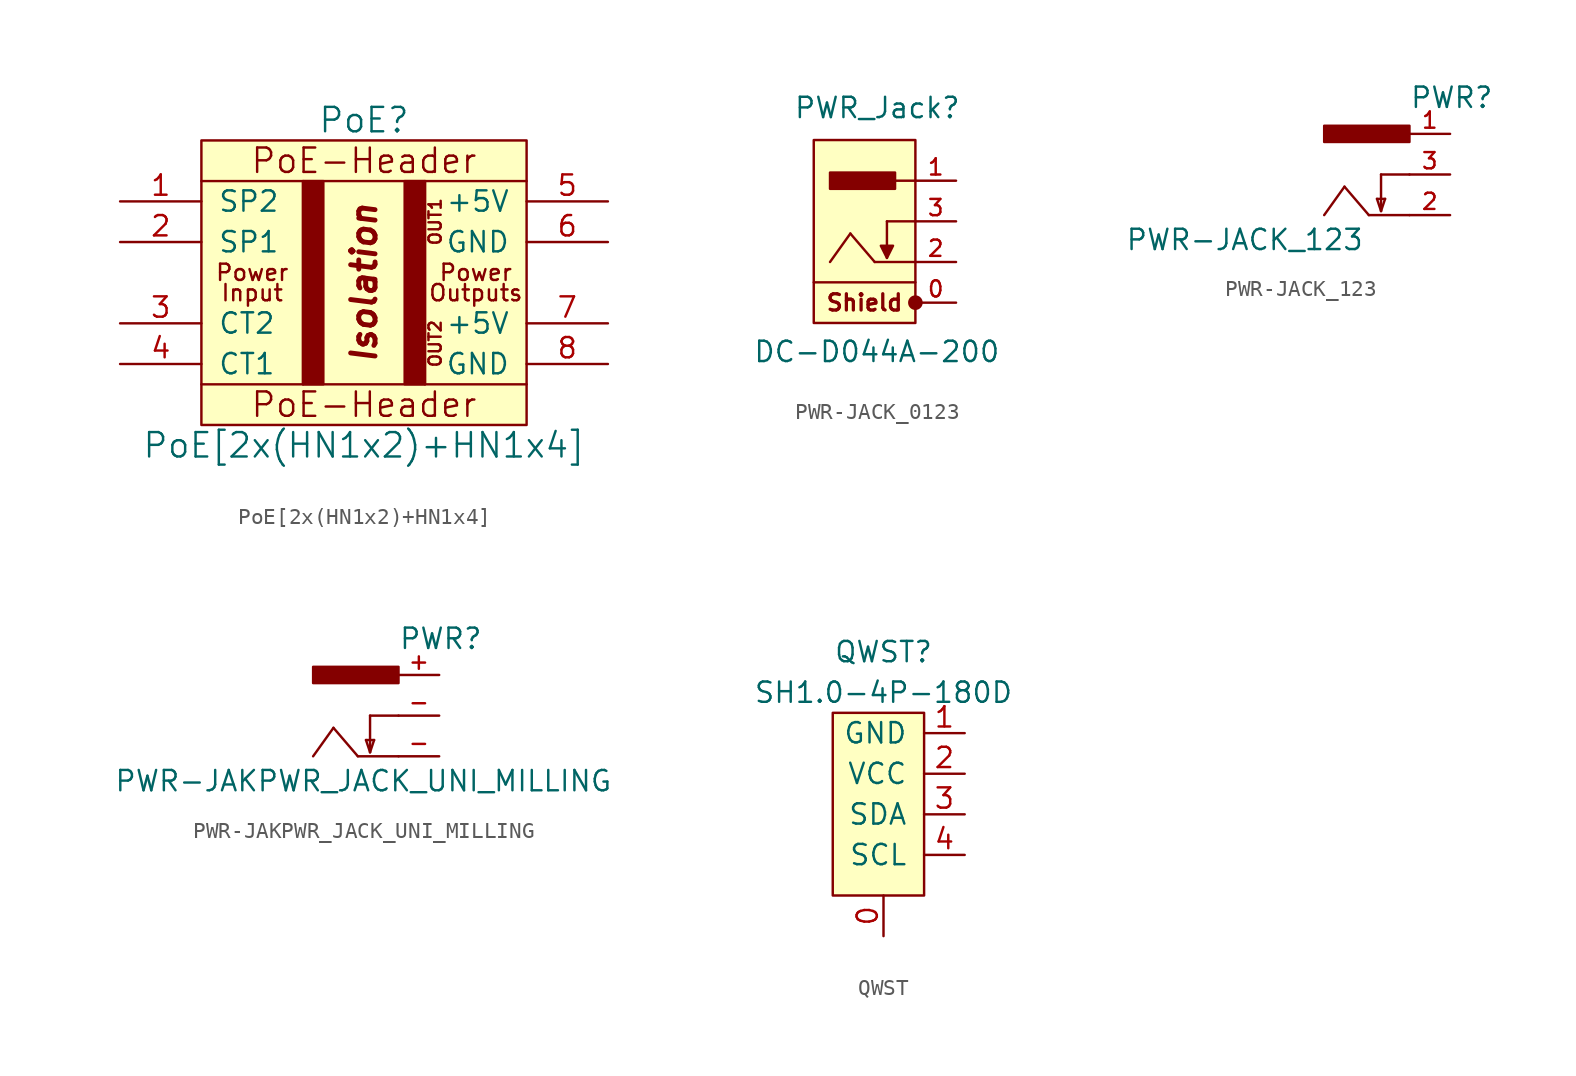
<source format=kicad_sym>
(kicad_symbol_lib
  (version 20220914)
  (generator kicad_symbol_editor)
  (symbol "PoE[2x(HN1x2)+HN1x4]"
    (pin_names
      (offset 1.016))
    (property "Reference" "PoE"
      (at 0 10.16 0)
      (effects (font (size 1.524 1.524))))
    (property "Value" "PoE[2x(HN1x2)+HN1x4]"
      (at 0 -10.16 0)
      (effects (font (size 1.524 1.524))))
    (symbol "PoE[2x(HN1x2)+HN1x4]_0_0"
      (polyline (pts (xy -10.16 -6.35) (xy 10.16 -6.35)) (stroke (width 0) (type solid)) (fill (type none)))
      (polyline (pts (xy -10.16 6.35) (xy 10.16 6.35)) (stroke (width 0) (type solid)) (fill (type none)))
      (polyline (pts (xy -3.81 6.35) (xy -3.81 -6.35)) (stroke (width 0) (type solid)) (fill (type outline)))
      (polyline (pts (xy 3.81 6.35) (xy 3.81 -6.35)) (stroke (width 0) (type solid)) (fill (type none)))
      (text "Input" (at -6.985 -0.635 0) (effects (font (size 1.016 1.016))))
      (text "Isolation" (at 0 0 900) (effects (font (size 1.524 1.524) bold italic)))
      (text "OUT1" (at 4.445 3.81 900) (effects (font (size 0.762 0.762))))
      (text "OUT2" (at 4.445 -3.81 900) (effects (font (size 0.762 0.762))))
      (text "Outputs" (at 6.985 -0.635 0) (effects (font (size 1.016 1.016))))
      (text "PoE-Header" (at 0 -7.62 0) (effects (font (size 1.524 1.524))))
      (text "PoE-Header" (at 0 7.62 0) (effects (font (size 1.524 1.524))))
      (text "Power" (at -6.985 0.635 0) (effects (font (size 1.016 1.016))))
      (text "Power" (at 6.985 0.635 0) (effects (font (size 1.016 1.016)))))
    (symbol "PoE[2x(HN1x2)+HN1x4]_0_1"
      (rectangle (start -10.16 8.89) (end 10.16 -8.89) (stroke (width 0) (type solid)) (fill (type background)))
      (rectangle (start -3.81 6.35) (end -2.54 -6.35) (stroke (width 0) (type solid)) (fill (type outline)))
      (rectangle (start 3.81 6.35) (end 2.54 -6.35) (stroke (width 0) (type solid)) (fill (type outline))))
    (symbol "PoE[2x(HN1x2)+HN1x4]_1_1"
      (pin input line (at -15.24 5.08 0) (length 5.08) (name "SP2" (effects (font (size 1.27 1.27)))) (number "1" (effects (font (size 1.27 1.27)))))
      (pin input line (at -15.24 2.54 0) (length 5.08) (name "SP1" (effects (font (size 1.27 1.27)))) (number "2" (effects (font (size 1.27 1.27)))))
      (pin input line (at -15.24 -2.54 0) (length 5.08) (name "CT2" (effects (font (size 1.27 1.27)))) (number "3" (effects (font (size 1.27 1.27)))))
      (pin input line (at -15.24 -5.08 0) (length 5.08) (name "CT1" (effects (font (size 1.27 1.27)))) (number "4" (effects (font (size 1.27 1.27)))))
      (pin power_out line (at 15.24 5.08 180) (length 5.08) (name "+5V" (effects (font (size 1.27 1.27)))) (number "5" (effects (font (size 1.27 1.27)))))
      (pin power_out line (at 15.24 2.54 180) (length 5.08) (name "GND" (effects (font (size 1.27 1.27)))) (number "6" (effects (font (size 1.27 1.27)))))
      (pin power_out line (at 15.24 -2.54 180) (length 5.08) (name "+5V" (effects (font (size 1.27 1.27)))) (number "7" (effects (font (size 1.27 1.27)))))
      (pin power_out line (at 15.24 -5.08 180) (length 5.08) (name "GND" (effects (font (size 1.27 1.27)))) (number "8" (effects (font (size 1.27 1.27)))))))
  (symbol "PWR-JACK_0123"
    (pin_names
      (offset 1.016) hide)
    (property "Reference" "PWR_Jack"
      (at -5.08 6.35 0)
      (effects (font (size 1.27 1.27)) (justify left bottom)))
    (property "Value" "DC-D044A-200"
      (at -7.62 -8.89 0)
      (effects (font (size 1.27 1.27)) (justify left bottom)))
    (symbol "PWR-JACK_0123_0_1"
      (polyline (pts (xy 2.54 2.54) (xy 1.27 2.54)) (stroke (width 0) (type default)) (fill (type none))))
    (symbol "PWR-JACK_0123_1_0"
      (polyline (pts (xy -1.524 -0.762) (xy -2.794 -2.54)) (stroke (width 0) (type solid)) (fill (type none)))
      (polyline (pts (xy 0 -2.54) (xy -1.524 -0.762)) (stroke (width 0) (type solid)) (fill (type none)))
      (polyline (pts (xy 0.762 0) (xy 0.762 -2.286)) (stroke (width 0) (type solid)) (fill (type none)))
      (polyline (pts (xy 2.54 -2.54) (xy 0 -2.54)) (stroke (width 0) (type solid)) (fill (type none)))
      (polyline (pts (xy 2.54 0) (xy 0.762 0)) (stroke (width 0) (type solid)) (fill (type none)))
      (polyline (pts (xy 0.762 -2.286) (xy 1.143 -1.524) (xy 0.381 -1.524) (xy 0.762 -2.286)) (stroke (width 0) (type default)) (fill (type outline))))
    (symbol "PWR-JACK_0123_1_1"
      (rectangle (start -3.81 5.08) (end 2.54 -6.35) (stroke (width 0) (type default)) (fill (type background)))
      (rectangle (start -2.794 3.048) (end 1.27 2.032) (stroke (width 0) (type solid)) (fill (type outline)))
      (polyline (pts (xy 2.54 -3.81) (xy -3.81 -3.81)) (stroke (width 0) (type default)) (fill (type none)))
      (circle (center 2.54 -5.08) (radius 0.381) (stroke (width 0) (type default)) (fill (type outline)))
      (text "Shield" (at -0.635 -5.08 0) (effects (font (size 1.016 1.016) bold)))
      (pin passive line (at 5.08 -5.08 180) (length 2.54) (name "MP" (effects (font (size 1.016 1.016)))) (number "0" (effects (font (size 1.016 1.016)))))
      (pin power_out line (at 5.08 2.54 180) (length 2.54) (name "+" (effects (font (size 1.016 1.016)))) (number "1" (effects (font (size 1.016 1.016)))))
      (pin power_out line (at 5.08 -2.54 180) (length 2.54) (name "-" (effects (font (size 1.016 1.016)))) (number "2" (effects (font (size 1.016 1.016)))))
      (pin passive line (at 5.08 0 180) (length 2.54) (name "-Key" (effects (font (size 1.016 1.016)))) (number "3" (effects (font (size 1.016 1.016)))))))
  (symbol "PWR-JACK_123"
    (pin_names
      (offset 1.016) hide)
    (property "Reference" "PWR"
      (at 2.54 4.064 0)
      (effects (font (size 1.27 1.27)) (justify left bottom)))
    (property "Value" "PWR-JACK_123"
      (at -15.24 -4.826 0)
      (effects (font (size 1.27 1.27)) (justify left bottom)))
    (property "Datasheet" ""
      (at 0 0 0)
      (effects (font (size 1.524 1.524))))
    (symbol "PWR-JACK_123_1_0"
      (polyline (pts (xy -1.524 -0.762) (xy -2.794 -2.54)) (stroke (width 0) (type solid)) (fill (type none)))
      (polyline (pts (xy 0 -2.54) (xy -1.524 -0.762)) (stroke (width 0) (type solid)) (fill (type none)))
      (polyline (pts (xy 0.508 -1.524) (xy 1.016 -1.524)) (stroke (width 0) (type solid)) (fill (type none)))
      (polyline (pts (xy 0.762 -2.286) (xy 0.508 -1.524)) (stroke (width 0) (type solid)) (fill (type none)))
      (polyline (pts (xy 0.762 0) (xy 0.762 -2.286)) (stroke (width 0) (type solid)) (fill (type none)))
      (polyline (pts (xy 1.016 -1.524) (xy 0.762 -2.286)) (stroke (width 0) (type solid)) (fill (type none)))
      (polyline (pts (xy 2.54 -2.54) (xy 0 -2.54)) (stroke (width 0) (type solid)) (fill (type none)))
      (polyline (pts (xy 2.54 0) (xy 0.762 0)) (stroke (width 0) (type solid)) (fill (type none))))
    (symbol "PWR-JACK_123_1_1"
      (rectangle (start 2.54 2.032) (end -2.794 3.048) (stroke (width 0) (type solid)) (fill (type outline)))
      (pin power_out line (at 5.08 2.54 180) (length 2.54) (name "+" (effects (font (size 1.016 1.016)))) (number "1" (effects (font (size 1.016 1.016)))))
      (pin power_out line (at 5.08 -2.54 180) (length 2.54) (name "-" (effects (font (size 1.016 1.016)))) (number "2" (effects (font (size 1.016 1.016)))))
      (pin passive line (at 5.08 0 180) (length 2.54) (name "-" (effects (font (size 1.016 1.016)))) (number "3" (effects (font (size 1.016 1.016)))))))
  (symbol "PWR-JAKPWR_JACK_UNI_MILLING"
    (pin_names
      (offset 1.016) hide)
    (property "Reference" "PWR"
      (at 2.54 4.064 0)
      (effects (font (size 1.27 1.27)) (justify left bottom)))
    (property "Value" "PWR-JAKPWR_JACK_UNI_MILLING"
      (at -15.24 -4.826 0)
      (effects (font (size 1.27 1.27)) (justify left bottom)))
    (property "Datasheet" ""
      (at 0 0 0)
      (effects (font (size 1.524 1.524))))
    (symbol "PWR-JAKPWR_JACK_UNI_MILLING_1_0"
      (polyline (pts (xy -1.524 -0.762) (xy -2.794 -2.54)) (stroke (width 0) (type solid)) (fill (type none)))
      (polyline (pts (xy 0 -2.54) (xy -1.524 -0.762)) (stroke (width 0) (type solid)) (fill (type none)))
      (polyline (pts (xy 0.508 -1.524) (xy 1.016 -1.524)) (stroke (width 0) (type solid)) (fill (type none)))
      (polyline (pts (xy 0.762 -2.286) (xy 0.508 -1.524)) (stroke (width 0) (type solid)) (fill (type none)))
      (polyline (pts (xy 0.762 0) (xy 0.762 -2.286)) (stroke (width 0) (type solid)) (fill (type none)))
      (polyline (pts (xy 1.016 -1.524) (xy 0.762 -2.286)) (stroke (width 0) (type solid)) (fill (type none)))
      (polyline (pts (xy 2.54 -2.54) (xy 0 -2.54)) (stroke (width 0) (type solid)) (fill (type none)))
      (polyline (pts (xy 2.54 0) (xy 0.762 0)) (stroke (width 0) (type solid)) (fill (type none))))
    (symbol "PWR-JAKPWR_JACK_UNI_MILLING_1_1"
      (rectangle (start 2.54 2.032) (end -2.794 3.048) (stroke (width 0) (type solid)) (fill (type outline)))
      (pin passive line (at 5.08 2.54 180) (length 2.54) (name "+" (effects (font (size 1.016 1.016)))) (number "+" (effects (font (size 1.016 1.016)))))
      (pin passive line (at 5.08 -2.54 180) (length 2.54) (name "-" (effects (font (size 1.016 1.016)))) (number "-" (effects (font (size 1.016 1.016)))))
      (pin passive line (at 5.08 0 180) (length 2.54) (name "-" (effects (font (size 1.016 1.016)))) (number "-" (effects (font (size 1.016 1.016)))))))
  (symbol "QWST"
    (pin_names
      (offset 1.016))
    (property "Reference" "QWST"
      (at 0 7.62 0)
      (effects (font (size 1.27 1.27))))
    (property "Value" "SH1.0-4P-180D"
      (at 0 5.08 0)
      (effects (font (size 1.27 1.27))))
    (symbol "QWST_1_1"
      (rectangle (start -3.175 3.81) (end 2.54 -7.62) (stroke (width 0) (type solid)) (fill (type background)))
      (pin passive line (at 0 -10.16 90) (length 2.54) (name "~" (effects (font (size 1.27 1.27)))) (number "0" (effects (font (size 1.27 1.27)))))
      (pin passive line (at 5.08 2.54 180) (length 2.54) (name "GND" (effects (font (size 1.27 1.27)))) (number "1" (effects (font (size 1.27 1.27)))))
      (pin passive line (at 5.08 0 180) (length 2.54) (name "VCC" (effects (font (size 1.27 1.27)))) (number "2" (effects (font (size 1.27 1.27)))))
      (pin passive line (at 5.08 -2.54 180) (length 2.54) (name "SDA" (effects (font (size 1.27 1.27)))) (number "3" (effects (font (size 1.27 1.27)))))
      (pin passive line (at 5.08 -5.08 180) (length 2.54) (name "SCL" (effects (font (size 1.27 1.27)))) (number "4" (effects (font (size 1.27 1.27))))))))
</source>
